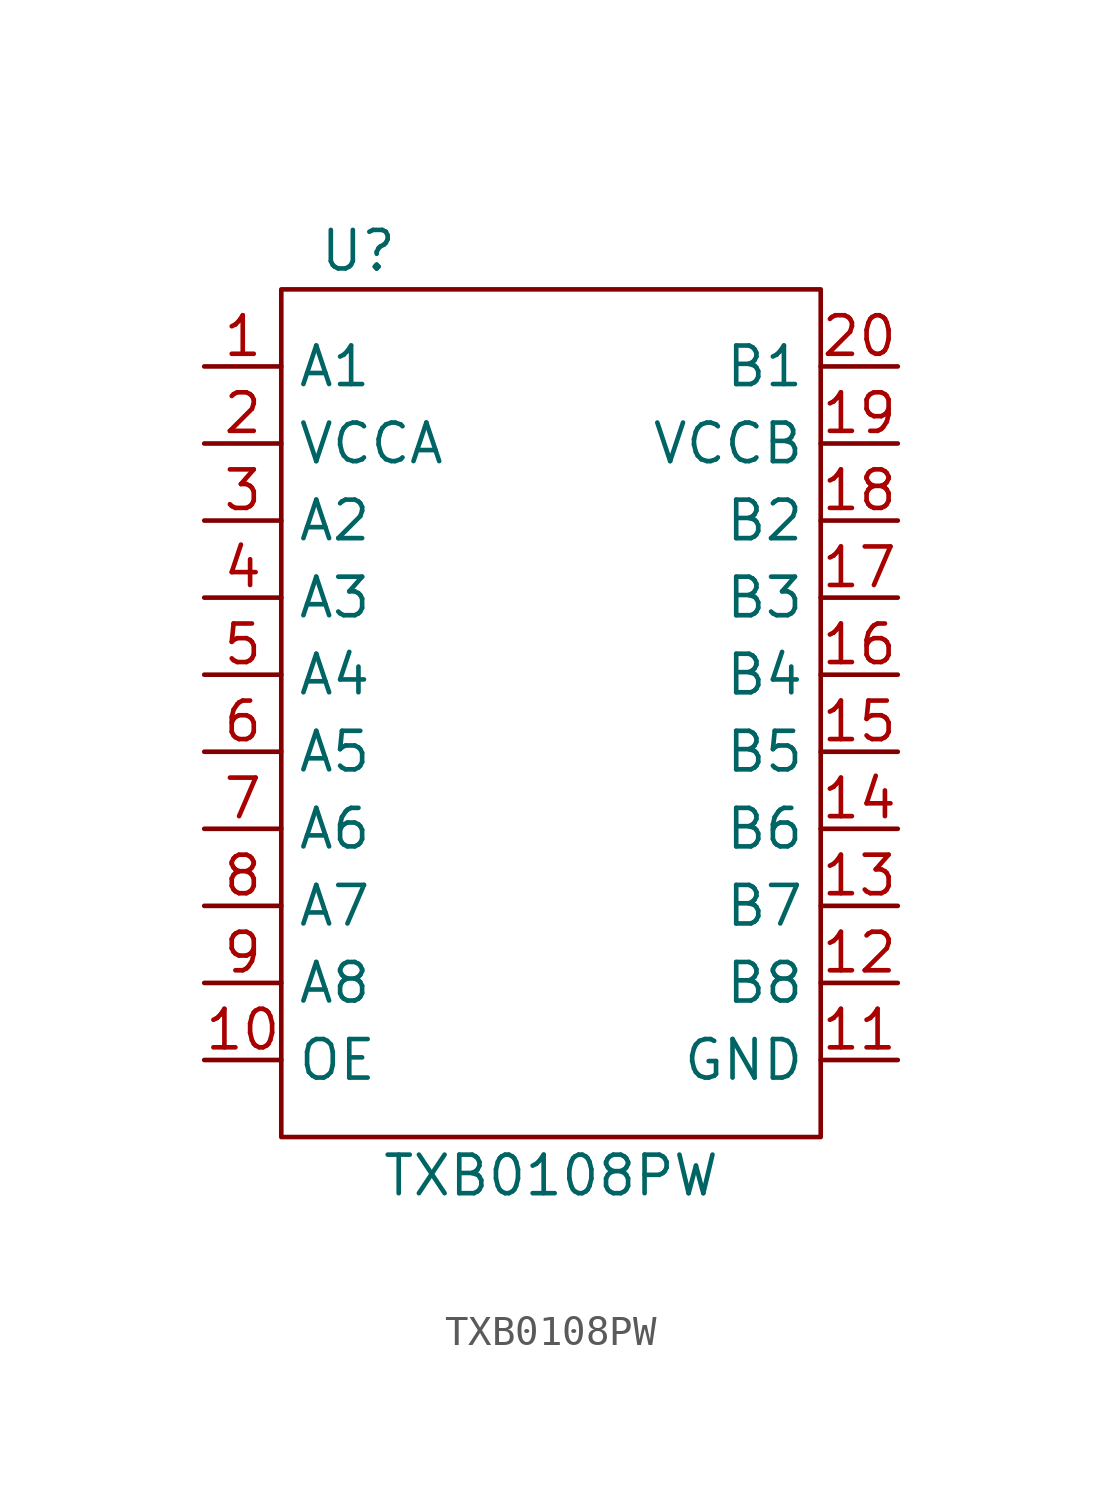
<source format=kicad_sym>
(kicad_symbol_lib
  (version 20220914)
  (generator kicad_symbol_editor)
  (symbol "TXB0108PW"
    (property "Reference" "U"
      (at -6.35 15.24 0)
      (effects (font (size 1.27 1.27))))
    (property "Value" "TXB0108PW"
      (at 0 -15.24 0)
      (effects (font (size 1.27 1.27))))
    (symbol "TXB0108PW_0_1"
      (rectangle (start -8.89 13.97) (end 8.89 -13.97) (stroke (width 0) (type default)) (fill (type none))))
    (symbol "TXB0108PW_1_1"
      (pin bidirectional line (at -11.43 11.43 0) (length 2.54) (name "A1" (effects (font (size 1.27 1.27)))) (number "1" (effects (font (size 1.27 1.27)))))
      (pin input line (at -11.43 -11.43 0) (length 2.54) (name "OE" (effects (font (size 1.27 1.27)))) (number "10" (effects (font (size 1.27 1.27)))))
      (pin power_in line (at 11.43 -11.43 180) (length 2.54) (name "GND" (effects (font (size 1.27 1.27)))) (number "11" (effects (font (size 1.27 1.27)))))
      (pin bidirectional line (at 11.43 -8.89 180) (length 2.54) (name "B8" (effects (font (size 1.27 1.27)))) (number "12" (effects (font (size 1.27 1.27)))))
      (pin bidirectional line (at 11.43 -6.35 180) (length 2.54) (name "B7" (effects (font (size 1.27 1.27)))) (number "13" (effects (font (size 1.27 1.27)))))
      (pin bidirectional line (at 11.43 -3.81 180) (length 2.54) (name "B6" (effects (font (size 1.27 1.27)))) (number "14" (effects (font (size 1.27 1.27)))))
      (pin bidirectional line (at 11.43 -1.27 180) (length 2.54) (name "B5" (effects (font (size 1.27 1.27)))) (number "15" (effects (font (size 1.27 1.27)))))
      (pin bidirectional line (at 11.43 1.27 180) (length 2.54) (name "B4" (effects (font (size 1.27 1.27)))) (number "16" (effects (font (size 1.27 1.27)))))
      (pin bidirectional line (at 11.43 3.81 180) (length 2.54) (name "B3" (effects (font (size 1.27 1.27)))) (number "17" (effects (font (size 1.27 1.27)))))
      (pin bidirectional line (at 11.43 6.35 180) (length 2.54) (name "B2" (effects (font (size 1.27 1.27)))) (number "18" (effects (font (size 1.27 1.27)))))
      (pin bidirectional line (at 11.43 8.89 180) (length 2.54) (name "VCCB" (effects (font (size 1.27 1.27)))) (number "19" (effects (font (size 1.27 1.27)))))
      (pin power_in line (at -11.43 8.89 0) (length 2.54) (name "VCCA" (effects (font (size 1.27 1.27)))) (number "2" (effects (font (size 1.27 1.27)))))
      (pin bidirectional line (at 11.43 11.43 180) (length 2.54) (name "B1" (effects (font (size 1.27 1.27)))) (number "20" (effects (font (size 1.27 1.27)))))
      (pin bidirectional line (at -11.43 6.35 0) (length 2.54) (name "A2" (effects (font (size 1.27 1.27)))) (number "3" (effects (font (size 1.27 1.27)))))
      (pin bidirectional line (at -11.43 3.81 0) (length 2.54) (name "A3" (effects (font (size 1.27 1.27)))) (number "4" (effects (font (size 1.27 1.27)))))
      (pin bidirectional line (at -11.43 1.27 0) (length 2.54) (name "A4" (effects (font (size 1.27 1.27)))) (number "5" (effects (font (size 1.27 1.27)))))
      (pin bidirectional line (at -11.43 -1.27 0) (length 2.54) (name "A5" (effects (font (size 1.27 1.27)))) (number "6" (effects (font (size 1.27 1.27)))))
      (pin bidirectional line (at -11.43 -3.81 0) (length 2.54) (name "A6" (effects (font (size 1.27 1.27)))) (number "7" (effects (font (size 1.27 1.27)))))
      (pin bidirectional line (at -11.43 -6.35 0) (length 2.54) (name "A7" (effects (font (size 1.27 1.27)))) (number "8" (effects (font (size 1.27 1.27)))))
      (pin bidirectional line (at -11.43 -8.89 0) (length 2.54) (name "A8" (effects (font (size 1.27 1.27)))) (number "9" (effects (font (size 1.27 1.27))))))))
</source>
